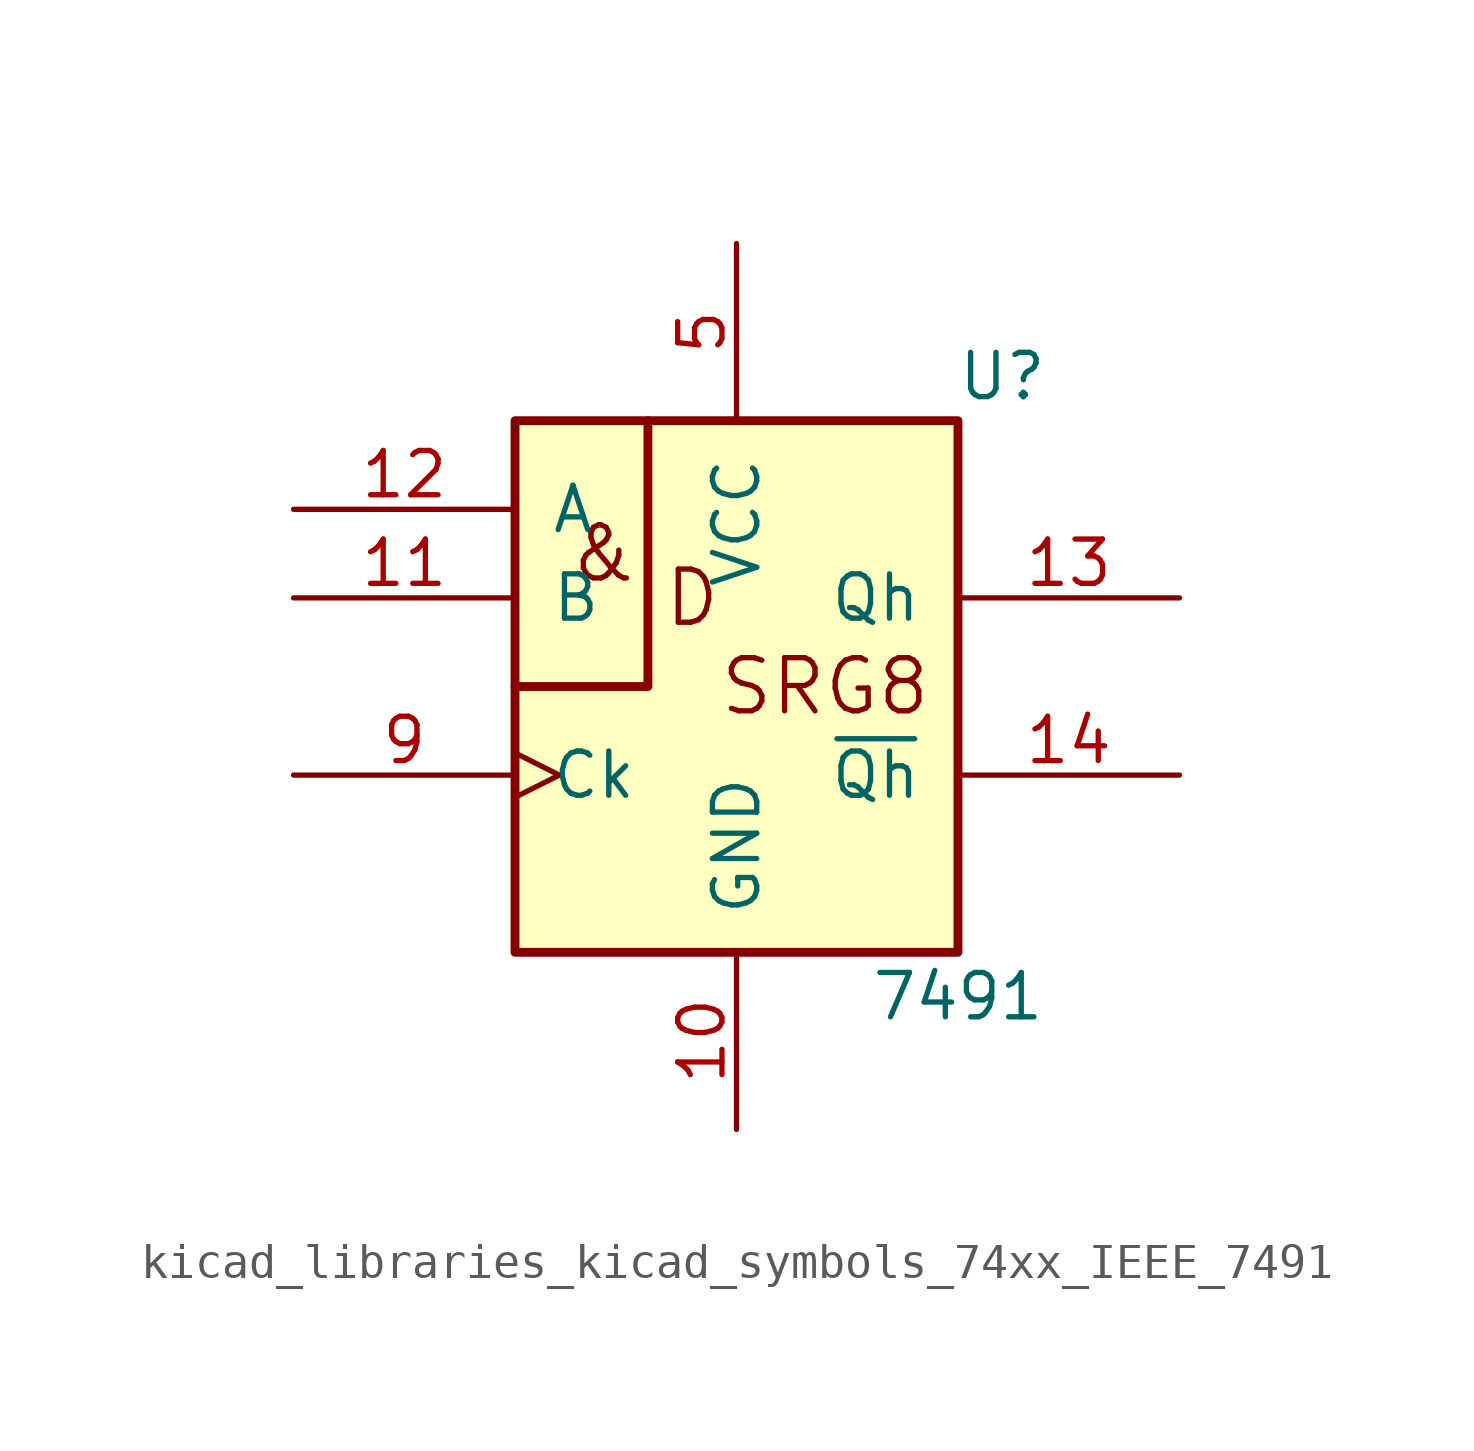
<source format=kicad_sym>
(kicad_symbol_lib
  (version 20220914)
  (generator kicad_symbol_editor)
  (symbol "kicad_libraries_kicad_symbols_74xx_IEEE_7491"
    (pin_names
      (offset 1.016))
    (property "Reference" "U"
      (at 7.62 8.89 0)
      (effects (font (size 1.27 1.27))))
    (property "Value" "7491"
      (at 6.35 -8.89 0)
      (effects (font (size 1.27 1.27))))
    (symbol "kicad_libraries_kicad_symbols_74xx_IEEE_7491_0_0"
      (text "&" (at -3.81 3.81 0) (effects (font (size 1.524 1.524))))
      (text "D" (at -1.27 2.54 0) (effects (font (size 1.524 1.524))))
      (text "SRG8" (at 2.54 0 0) (effects (font (size 1.524 1.524))))
      (pin power_in line (at 0 -12.7 90) (length 5.08) (name "GND" (effects (font (size 1.27 1.27)))) (number "10" (effects (font (size 1.27 1.27)))))
      (pin power_in line (at 0 12.7 270) (length 5.08) (name "VCC" (effects (font (size 1.27 1.27)))) (number "5" (effects (font (size 1.27 1.27))))))
    (symbol "kicad_libraries_kicad_symbols_74xx_IEEE_7491_0_1"
      (rectangle (start -6.35 7.62) (end 6.35 -7.62) (stroke (width 0.254) (type default)) (fill (type background)))
      (polyline (pts (xy -2.54 7.62) (xy -2.54 0) (xy -6.35 0) (xy -6.35 0)) (stroke (width 0.254) (type default)) (fill (type background))))
    (symbol "kicad_libraries_kicad_symbols_74xx_IEEE_7491_1_1"
      (pin input line (at -12.7 2.54 0) (length 6.35) (name "B" (effects (font (size 1.27 1.27)))) (number "11" (effects (font (size 1.27 1.27)))))
      (pin input line (at -12.7 5.08 0) (length 6.35) (name "A" (effects (font (size 1.27 1.27)))) (number "12" (effects (font (size 1.27 1.27)))))
      (pin output line (at 12.7 2.54 180) (length 6.35) (name "Qh" (effects (font (size 1.27 1.27)))) (number "13" (effects (font (size 1.27 1.27)))))
      (pin output line (at 12.7 -2.54 180) (length 6.35) (name "~{Qh}" (effects (font (size 1.27 1.27)))) (number "14" (effects (font (size 1.27 1.27)))))
      (pin input clock (at -12.7 -2.54 0) (length 6.35) (name "Ck" (effects (font (size 1.27 1.27)))) (number "9" (effects (font (size 1.27 1.27))))))))
</source>
